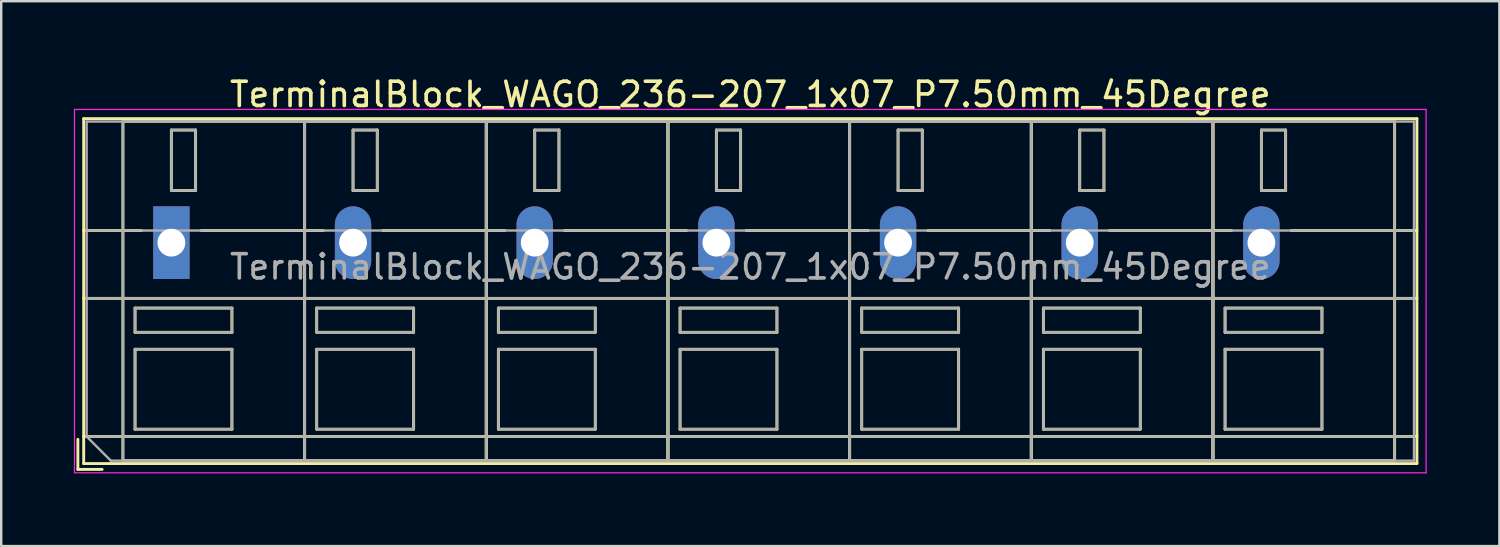
<source format=kicad_pcb>
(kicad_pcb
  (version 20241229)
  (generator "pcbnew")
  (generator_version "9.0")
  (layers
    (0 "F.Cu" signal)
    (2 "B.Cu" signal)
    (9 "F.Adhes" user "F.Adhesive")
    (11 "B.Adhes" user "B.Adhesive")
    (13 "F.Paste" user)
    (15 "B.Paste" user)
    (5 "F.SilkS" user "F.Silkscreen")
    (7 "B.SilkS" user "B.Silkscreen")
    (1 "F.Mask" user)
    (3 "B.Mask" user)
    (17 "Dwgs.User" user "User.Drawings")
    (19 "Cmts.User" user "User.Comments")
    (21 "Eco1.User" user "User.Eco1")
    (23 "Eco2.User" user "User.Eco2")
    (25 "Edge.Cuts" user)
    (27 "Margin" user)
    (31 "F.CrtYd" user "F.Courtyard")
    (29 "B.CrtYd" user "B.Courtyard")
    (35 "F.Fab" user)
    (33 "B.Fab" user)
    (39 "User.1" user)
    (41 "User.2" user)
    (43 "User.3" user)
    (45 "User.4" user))
  (footprint "TerminalBlock_WAGO_236-207_1x07_P7.50mm_45Degree"
    (layer "F.Cu")
    (at 4.025 6.968)
    (property "Reference" "TerminalBlock_WAGO_236-207_1x07_P7.50mm_45Degree" (at 23.9 -6.12 0) (layer "F.SilkS") (effects (font (size 1 1) (thickness 0.15))))
    (attr through_hole)
    (fp_line (start -3.86 8.12) (end -3.86 9.36) (stroke (width 0.12) (type solid)) (layer "F.SilkS"))
    (fp_line (start -3.86 9.36) (end -2.86 9.36) (stroke (width 0.12) (type solid)) (layer "F.SilkS"))
    (fp_line (start -3.62 -5.12) (end -3.62 9.12) (stroke (width 0.12) (type solid)) (layer "F.SilkS"))
    (fp_line (start -3.62 -5.12) (end 51.42 -5.12) (stroke (width 0.12) (type solid)) (layer "F.SilkS"))
    (fp_line (start -3.62 -0.5) (end -1.23 -0.5) (stroke (width 0.12) (type solid)) (layer "F.SilkS"))
    (fp_line (start -3.62 2.3) (end 51.42 2.3) (stroke (width 0.12) (type solid)) (layer "F.SilkS"))
    (fp_line (start -3.62 8) (end 51.42 8) (stroke (width 0.12) (type solid)) (layer "F.SilkS"))
    (fp_line (start -3.62 9.12) (end 51.42 9.12) (stroke (width 0.12) (type solid)) (layer "F.SilkS"))
    (fp_line (start -2 -5) (end -2 9) (stroke (width 0.12) (type solid)) (layer "F.SilkS"))
    (fp_line (start -2 -5) (end 5.5 -5) (stroke (width 0.12) (type solid)) (layer "F.SilkS"))
    (fp_line (start -2 9) (end 5.5 9) (stroke (width 0.12) (type solid)) (layer "F.SilkS"))
    (fp_line (start -1.5 2.7) (end -1.5 3.7) (stroke (width 0.12) (type solid)) (layer "F.SilkS"))
    (fp_line (start -1.5 2.7) (end 2.5 2.7) (stroke (width 0.12) (type solid)) (layer "F.SilkS"))
    (fp_line (start -1.5 3.7) (end 2.5 3.7) (stroke (width 0.12) (type solid)) (layer "F.SilkS"))
    (fp_line (start -1.5 4.4) (end -1.5 7.7) (stroke (width 0.12) (type solid)) (layer "F.SilkS"))
    (fp_line (start -1.5 4.4) (end 2.5 4.4) (stroke (width 0.12) (type solid)) (layer "F.SilkS"))
    (fp_line (start -1.5 7.7) (end 2.5 7.7) (stroke (width 0.12) (type solid)) (layer "F.SilkS"))
    (fp_line (start 0 -4.65) (end 0 -2.151) (stroke (width 0.12) (type solid)) (layer "F.SilkS"))
    (fp_line (start 0 -4.65) (end 1 -4.65) (stroke (width 0.12) (type solid)) (layer "F.SilkS"))
    (fp_line (start 0 -2.151) (end 1 -2.151) (stroke (width 0.12) (type solid)) (layer "F.SilkS"))
    (fp_line (start 1 -4.65) (end 1 -2.151) (stroke (width 0.12) (type solid)) (layer "F.SilkS"))
    (fp_line (start 1.23 -0.5) (end 6.27 -0.5) (stroke (width 0.12) (type solid)) (layer "F.SilkS"))
    (fp_line (start 2.5 2.7) (end 2.5 3.7) (stroke (width 0.12) (type solid)) (layer "F.SilkS"))
    (fp_line (start 2.5 4.4) (end 2.5 7.7) (stroke (width 0.12) (type solid)) (layer "F.SilkS"))
    (fp_line (start 5.5 -5) (end 5.5 9) (stroke (width 0.12) (type solid)) (layer "F.SilkS"))
    (fp_line (start 5.5 -5) (end 5.5 9) (stroke (width 0.12) (type solid)) (layer "F.SilkS"))
    (fp_line (start 5.5 -5) (end 13 -5) (stroke (width 0.12) (type solid)) (layer "F.SilkS"))
    (fp_line (start 5.5 9) (end 13 9) (stroke (width 0.12) (type solid)) (layer "F.SilkS"))
    (fp_line (start 6 2.7) (end 6 3.7) (stroke (width 0.12) (type solid)) (layer "F.SilkS"))
    (fp_line (start 6 2.7) (end 10 2.7) (stroke (width 0.12) (type solid)) (layer "F.SilkS"))
    (fp_line (start 6 3.7) (end 10 3.7) (stroke (width 0.12) (type solid)) (layer "F.SilkS"))
    (fp_line (start 6 4.4) (end 6 7.7) (stroke (width 0.12) (type solid)) (layer "F.SilkS"))
    (fp_line (start 6 4.4) (end 10 4.4) (stroke (width 0.12) (type solid)) (layer "F.SilkS"))
    (fp_line (start 6 7.7) (end 10 7.7) (stroke (width 0.12) (type solid)) (layer "F.SilkS"))
    (fp_line (start 7.5 -4.65) (end 7.5 -2.151) (stroke (width 0.12) (type solid)) (layer "F.SilkS"))
    (fp_line (start 7.5 -4.65) (end 8.5 -4.65) (stroke (width 0.12) (type solid)) (layer "F.SilkS"))
    (fp_line (start 7.5 -2.151) (end 8.5 -2.151) (stroke (width 0.12) (type solid)) (layer "F.SilkS"))
    (fp_line (start 8.5 -4.65) (end 8.5 -2.151) (stroke (width 0.12) (type solid)) (layer "F.SilkS"))
    (fp_line (start 8.73 -0.5) (end 13.77 -0.5) (stroke (width 0.12) (type solid)) (layer "F.SilkS"))
    (fp_line (start 10 2.7) (end 10 3.7) (stroke (width 0.12) (type solid)) (layer "F.SilkS"))
    (fp_line (start 10 4.4) (end 10 7.7) (stroke (width 0.12) (type solid)) (layer "F.SilkS"))
    (fp_line (start 13 -5) (end 13 9) (stroke (width 0.12) (type solid)) (layer "F.SilkS"))
    (fp_line (start 13 -5) (end 13 9) (stroke (width 0.12) (type solid)) (layer "F.SilkS"))
    (fp_line (start 13 -5) (end 20.5 -5) (stroke (width 0.12) (type solid)) (layer "F.SilkS"))
    (fp_line (start 13 9) (end 20.5 9) (stroke (width 0.12) (type solid)) (layer "F.SilkS"))
    (fp_line (start 13.5 2.7) (end 13.5 3.7) (stroke (width 0.12) (type solid)) (layer "F.SilkS"))
    (fp_line (start 13.5 2.7) (end 17.5 2.7) (stroke (width 0.12) (type solid)) (layer "F.SilkS"))
    (fp_line (start 13.5 3.7) (end 17.5 3.7) (stroke (width 0.12) (type solid)) (layer "F.SilkS"))
    (fp_line (start 13.5 4.4) (end 13.5 7.7) (stroke (width 0.12) (type solid)) (layer "F.SilkS"))
    (fp_line (start 13.5 4.4) (end 17.5 4.4) (stroke (width 0.12) (type solid)) (layer "F.SilkS"))
    (fp_line (start 13.5 7.7) (end 17.5 7.7) (stroke (width 0.12) (type solid)) (layer "F.SilkS"))
    (fp_line (start 15 -4.65) (end 15 -2.151) (stroke (width 0.12) (type solid)) (layer "F.SilkS"))
    (fp_line (start 15 -4.65) (end 16 -4.65) (stroke (width 0.12) (type solid)) (layer "F.SilkS"))
    (fp_line (start 15 -2.151) (end 16 -2.151) (stroke (width 0.12) (type solid)) (layer "F.SilkS"))
    (fp_line (start 16 -4.65) (end 16 -2.151) (stroke (width 0.12) (type solid)) (layer "F.SilkS"))
    (fp_line (start 16.23 -0.5) (end 21.27 -0.5) (stroke (width 0.12) (type solid)) (layer "F.SilkS"))
    (fp_line (start 17.5 2.7) (end 17.5 3.7) (stroke (width 0.12) (type solid)) (layer "F.SilkS"))
    (fp_line (start 17.5 4.4) (end 17.5 7.7) (stroke (width 0.12) (type solid)) (layer "F.SilkS"))
    (fp_line (start 20.5 -5) (end 20.5 9) (stroke (width 0.12) (type solid)) (layer "F.SilkS"))
    (fp_line (start 20.5 -5) (end 20.5 9) (stroke (width 0.12) (type solid)) (layer "F.SilkS"))
    (fp_line (start 20.5 -5) (end 28 -5) (stroke (width 0.12) (type solid)) (layer "F.SilkS"))
    (fp_line (start 20.5 9) (end 28 9) (stroke (width 0.12) (type solid)) (layer "F.SilkS"))
    (fp_line (start 21 2.7) (end 21 3.7) (stroke (width 0.12) (type solid)) (layer "F.SilkS"))
    (fp_line (start 21 2.7) (end 25 2.7) (stroke (width 0.12) (type solid)) (layer "F.SilkS"))
    (fp_line (start 21 3.7) (end 25 3.7) (stroke (width 0.12) (type solid)) (layer "F.SilkS"))
    (fp_line (start 21 4.4) (end 21 7.7) (stroke (width 0.12) (type solid)) (layer "F.SilkS"))
    (fp_line (start 21 4.4) (end 25 4.4) (stroke (width 0.12) (type solid)) (layer "F.SilkS"))
    (fp_line (start 21 7.7) (end 25 7.7) (stroke (width 0.12) (type solid)) (layer "F.SilkS"))
    (fp_line (start 22.5 -4.65) (end 22.5 -2.151) (stroke (width 0.12) (type solid)) (layer "F.SilkS"))
    (fp_line (start 22.5 -4.65) (end 23.5 -4.65) (stroke (width 0.12) (type solid)) (layer "F.SilkS"))
    (fp_line (start 22.5 -2.151) (end 23.5 -2.151) (stroke (width 0.12) (type solid)) (layer "F.SilkS"))
    (fp_line (start 23.5 -4.65) (end 23.5 -2.151) (stroke (width 0.12) (type solid)) (layer "F.SilkS"))
    (fp_line (start 23.73 -0.5) (end 28.77 -0.5) (stroke (width 0.12) (type solid)) (layer "F.SilkS"))
    (fp_line (start 25 2.7) (end 25 3.7) (stroke (width 0.12) (type solid)) (layer "F.SilkS"))
    (fp_line (start 25 4.4) (end 25 7.7) (stroke (width 0.12) (type solid)) (layer "F.SilkS"))
    (fp_line (start 28 -5) (end 28 9) (stroke (width 0.12) (type solid)) (layer "F.SilkS"))
    (fp_line (start 28 -5) (end 28 9) (stroke (width 0.12) (type solid)) (layer "F.SilkS"))
    (fp_line (start 28 -5) (end 35.5 -5) (stroke (width 0.12) (type solid)) (layer "F.SilkS"))
    (fp_line (start 28 9) (end 35.5 9) (stroke (width 0.12) (type solid)) (layer "F.SilkS"))
    (fp_line (start 28.5 2.7) (end 28.5 3.7) (stroke (width 0.12) (type solid)) (layer "F.SilkS"))
    (fp_line (start 28.5 2.7) (end 32.5 2.7) (stroke (width 0.12) (type solid)) (layer "F.SilkS"))
    (fp_line (start 28.5 3.7) (end 32.5 3.7) (stroke (width 0.12) (type solid)) (layer "F.SilkS"))
    (fp_line (start 28.5 4.4) (end 28.5 7.7) (stroke (width 0.12) (type solid)) (layer "F.SilkS"))
    (fp_line (start 28.5 4.4) (end 32.5 4.4) (stroke (width 0.12) (type solid)) (layer "F.SilkS"))
    (fp_line (start 28.5 7.7) (end 32.5 7.7) (stroke (width 0.12) (type solid)) (layer "F.SilkS"))
    (fp_line (start 30 -4.65) (end 30 -2.151) (stroke (width 0.12) (type solid)) (layer "F.SilkS"))
    (fp_line (start 30 -4.65) (end 31 -4.65) (stroke (width 0.12) (type solid)) (layer "F.SilkS"))
    (fp_line (start 30 -2.151) (end 31 -2.151) (stroke (width 0.12) (type solid)) (layer "F.SilkS"))
    (fp_line (start 31 -4.65) (end 31 -2.151) (stroke (width 0.12) (type solid)) (layer "F.SilkS"))
    (fp_line (start 31.23 -0.5) (end 36.27 -0.5) (stroke (width 0.12) (type solid)) (layer "F.SilkS"))
    (fp_line (start 32.5 2.7) (end 32.5 3.7) (stroke (width 0.12) (type solid)) (layer "F.SilkS"))
    (fp_line (start 32.5 4.4) (end 32.5 7.7) (stroke (width 0.12) (type solid)) (layer "F.SilkS"))
    (fp_line (start 35.5 -5) (end 35.5 9) (stroke (width 0.12) (type solid)) (layer "F.SilkS"))
    (fp_line (start 35.5 -5) (end 35.5 9) (stroke (width 0.12) (type solid)) (layer "F.SilkS"))
    (fp_line (start 35.5 -5) (end 43 -5) (stroke (width 0.12) (type solid)) (layer "F.SilkS"))
    (fp_line (start 35.5 9) (end 43 9) (stroke (width 0.12) (type solid)) (layer "F.SilkS"))
    (fp_line (start 36 2.7) (end 36 3.7) (stroke (width 0.12) (type solid)) (layer "F.SilkS"))
    (fp_line (start 36 2.7) (end 40 2.7) (stroke (width 0.12) (type solid)) (layer "F.SilkS"))
    (fp_line (start 36 3.7) (end 40 3.7) (stroke (width 0.12) (type solid)) (layer "F.SilkS"))
    (fp_line (start 36 4.4) (end 36 7.7) (stroke (width 0.12) (type solid)) (layer "F.SilkS"))
    (fp_line (start 36 4.4) (end 40 4.4) (stroke (width 0.12) (type solid)) (layer "F.SilkS"))
    (fp_line (start 36 7.7) (end 40 7.7) (stroke (width 0.12) (type solid)) (layer "F.SilkS"))
    (fp_line (start 37.5 -4.65) (end 37.5 -2.151) (stroke (width 0.12) (type solid)) (layer "F.SilkS"))
    (fp_line (start 37.5 -4.65) (end 38.5 -4.65) (stroke (width 0.12) (type solid)) (layer "F.SilkS"))
    (fp_line (start 37.5 -2.151) (end 38.5 -2.151) (stroke (width 0.12) (type solid)) (layer "F.SilkS"))
    (fp_line (start 38.5 -4.65) (end 38.5 -2.151) (stroke (width 0.12) (type solid)) (layer "F.SilkS"))
    (fp_line (start 38.73 -0.5) (end 43.77 -0.5) (stroke (width 0.12) (type solid)) (layer "F.SilkS"))
    (fp_line (start 40 2.7) (end 40 3.7) (stroke (width 0.12) (type solid)) (layer "F.SilkS"))
    (fp_line (start 40 4.4) (end 40 7.7) (stroke (width 0.12) (type solid)) (layer "F.SilkS"))
    (fp_line (start 43 -5) (end 43 9) (stroke (width 0.12) (type solid)) (layer "F.SilkS"))
    (fp_line (start 43 -5) (end 43 9) (stroke (width 0.12) (type solid)) (layer "F.SilkS"))
    (fp_line (start 43 -5) (end 50.5 -5) (stroke (width 0.12) (type solid)) (layer "F.SilkS"))
    (fp_line (start 43 9) (end 50.5 9) (stroke (width 0.12) (type solid)) (layer "F.SilkS"))
    (fp_line (start 43.5 2.7) (end 43.5 3.7) (stroke (width 0.12) (type solid)) (layer "F.SilkS"))
    (fp_line (start 43.5 2.7) (end 47.5 2.7) (stroke (width 0.12) (type solid)) (layer "F.SilkS"))
    (fp_line (start 43.5 3.7) (end 47.5 3.7) (stroke (width 0.12) (type solid)) (layer "F.SilkS"))
    (fp_line (start 43.5 4.4) (end 43.5 7.7) (stroke (width 0.12) (type solid)) (layer "F.SilkS"))
    (fp_line (start 43.5 4.4) (end 47.5 4.4) (stroke (width 0.12) (type solid)) (layer "F.SilkS"))
    (fp_line (start 43.5 7.7) (end 47.5 7.7) (stroke (width 0.12) (type solid)) (layer "F.SilkS"))
    (fp_line (start 45 -4.65) (end 45 -2.151) (stroke (width 0.12) (type solid)) (layer "F.SilkS"))
    (fp_line (start 45 -4.65) (end 46 -4.65) (stroke (width 0.12) (type solid)) (layer "F.SilkS"))
    (fp_line (start 45 -2.151) (end 46 -2.151) (stroke (width 0.12) (type solid)) (layer "F.SilkS"))
    (fp_line (start 46 -4.65) (end 46 -2.151) (stroke (width 0.12) (type solid)) (layer "F.SilkS"))
    (fp_line (start 46.23 -0.5) (end 51.42 -0.5) (stroke (width 0.12) (type solid)) (layer "F.SilkS"))
    (fp_line (start 47.5 2.7) (end 47.5 3.7) (stroke (width 0.12) (type solid)) (layer "F.SilkS"))
    (fp_line (start 47.5 4.4) (end 47.5 7.7) (stroke (width 0.12) (type solid)) (layer "F.SilkS"))
    (fp_line (start 50.5 -5) (end 50.5 9) (stroke (width 0.12) (type solid)) (layer "F.SilkS"))
    (fp_line (start 51.42 -5.12) (end 51.42 9.12) (stroke (width 0.12) (type solid)) (layer "F.SilkS"))
    (fp_line (start -4 -5.5) (end -4 9.5) (stroke (width 0.05) (type solid)) (layer "F.CrtYd"))
    (fp_line (start -4 9.5) (end 51.8 9.5) (stroke (width 0.05) (type solid)) (layer "F.CrtYd"))
    (fp_line (start 51.8 -5.5) (end -4 -5.5) (stroke (width 0.05) (type solid)) (layer "F.CrtYd"))
    (fp_line (start 51.8 9.5) (end 51.8 -5.5) (stroke (width 0.05) (type solid)) (layer "F.CrtYd"))
    (fp_line (start -3.5 -5) (end 51.3 -5) (stroke (width 0.1) (type solid)) (layer "F.Fab"))
    (fp_line (start -3.5 -0.5) (end 51.3 -0.5) (stroke (width 0.1) (type solid)) (layer "F.Fab"))
    (fp_line (start -3.5 2.3) (end 51.3 2.3) (stroke (width 0.1) (type solid)) (layer "F.Fab"))
    (fp_line (start -3.5 8) (end -3.5 -5) (stroke (width 0.1) (type solid)) (layer "F.Fab"))
    (fp_line (start -3.5 8) (end 51.3 8) (stroke (width 0.1) (type solid)) (layer "F.Fab"))
    (fp_line (start -2.5 9) (end -3.5 8) (stroke (width 0.1) (type solid)) (layer "F.Fab"))
    (fp_line (start -2 -5) (end -2 9) (stroke (width 0.1) (type solid)) (layer "F.Fab"))
    (fp_line (start -2 9) (end 5.5 9) (stroke (width 0.1) (type solid)) (layer "F.Fab"))
    (fp_line (start -1.5 2.7) (end -1.5 3.7) (stroke (width 0.1) (type solid)) (layer "F.Fab"))
    (fp_line (start -1.5 3.7) (end 2.5 3.7) (stroke (width 0.1) (type solid)) (layer "F.Fab"))
    (fp_line (start -1.5 4.4) (end -1.5 7.7) (stroke (width 0.1) (type solid)) (layer "F.Fab"))
    (fp_line (start -1.5 7.7) (end 2.5 7.7) (stroke (width 0.1) (type solid)) (layer "F.Fab"))
    (fp_line (start 0 -4.65) (end 0 -2.15) (stroke (width 0.1) (type solid)) (layer "F.Fab"))
    (fp_line (start 0 -2.15) (end 1 -2.15) (stroke (width 0.1) (type solid)) (layer "F.Fab"))
    (fp_line (start 1 -4.65) (end 0 -4.65) (stroke (width 0.1) (type solid)) (layer "F.Fab"))
    (fp_line (start 1 -2.15) (end 1 -4.65) (stroke (width 0.1) (type solid)) (layer "F.Fab"))
    (fp_line (start 2.5 2.7) (end -1.5 2.7) (stroke (width 0.1) (type solid)) (layer "F.Fab"))
    (fp_line (start 2.5 3.7) (end 2.5 2.7) (stroke (width 0.1) (type solid)) (layer "F.Fab"))
    (fp_line (start 2.5 4.4) (end -1.5 4.4) (stroke (width 0.1) (type solid)) (layer "F.Fab"))
    (fp_line (start 2.5 7.7) (end 2.5 4.4) (stroke (width 0.1) (type solid)) (layer "F.Fab"))
    (fp_line (start 5.5 -5) (end -2 -5) (stroke (width 0.1) (type solid)) (layer "F.Fab"))
    (fp_line (start 5.5 -5) (end 5.5 9) (stroke (width 0.1) (type solid)) (layer "F.Fab"))
    (fp_line (start 5.5 9) (end 5.5 -5) (stroke (width 0.1) (type solid)) (layer "F.Fab"))
    (fp_line (start 5.5 9) (end 13 9) (stroke (width 0.1) (type solid)) (layer "F.Fab"))
    (fp_line (start 6 2.7) (end 6 3.7) (stroke (width 0.1) (type solid)) (layer "F.Fab"))
    (fp_line (start 6 3.7) (end 10 3.7) (stroke (width 0.1) (type solid)) (layer "F.Fab"))
    (fp_line (start 6 4.4) (end 6 7.7) (stroke (width 0.1) (type solid)) (layer "F.Fab"))
    (fp_line (start 6 7.7) (end 10 7.7) (stroke (width 0.1) (type solid)) (layer "F.Fab"))
    (fp_line (start 7.5 -4.65) (end 7.5 -2.15) (stroke (width 0.1) (type solid)) (layer "F.Fab"))
    (fp_line (start 7.5 -2.15) (end 8.5 -2.15) (stroke (width 0.1) (type solid)) (layer "F.Fab"))
    (fp_line (start 8.5 -4.65) (end 7.5 -4.65) (stroke (width 0.1) (type solid)) (layer "F.Fab"))
    (fp_line (start 8.5 -2.15) (end 8.5 -4.65) (stroke (width 0.1) (type solid)) (layer "F.Fab"))
    (fp_line (start 10 2.7) (end 6 2.7) (stroke (width 0.1) (type solid)) (layer "F.Fab"))
    (fp_line (start 10 3.7) (end 10 2.7) (stroke (width 0.1) (type solid)) (layer "F.Fab"))
    (fp_line (start 10 4.4) (end 6 4.4) (stroke (width 0.1) (type solid)) (layer "F.Fab"))
    (fp_line (start 10 7.7) (end 10 4.4) (stroke (width 0.1) (type solid)) (layer "F.Fab"))
    (fp_line (start 13 -5) (end 5.5 -5) (stroke (width 0.1) (type solid)) (layer "F.Fab"))
    (fp_line (start 13 -5) (end 13 9) (stroke (width 0.1) (type solid)) (layer "F.Fab"))
    (fp_line (start 13 9) (end 13 -5) (stroke (width 0.1) (type solid)) (layer "F.Fab"))
    (fp_line (start 13 9) (end 20.5 9) (stroke (width 0.1) (type solid)) (layer "F.Fab"))
    (fp_line (start 13.5 2.7) (end 13.5 3.7) (stroke (width 0.1) (type solid)) (layer "F.Fab"))
    (fp_line (start 13.5 3.7) (end 17.5 3.7) (stroke (width 0.1) (type solid)) (layer "F.Fab"))
    (fp_line (start 13.5 4.4) (end 13.5 7.7) (stroke (width 0.1) (type solid)) (layer "F.Fab"))
    (fp_line (start 13.5 7.7) (end 17.5 7.7) (stroke (width 0.1) (type solid)) (layer "F.Fab"))
    (fp_line (start 15 -4.65) (end 15 -2.15) (stroke (width 0.1) (type solid)) (layer "F.Fab"))
    (fp_line (start 15 -2.15) (end 16 -2.15) (stroke (width 0.1) (type solid)) (layer "F.Fab"))
    (fp_line (start 16 -4.65) (end 15 -4.65) (stroke (width 0.1) (type solid)) (layer "F.Fab"))
    (fp_line (start 16 -2.15) (end 16 -4.65) (stroke (width 0.1) (type solid)) (layer "F.Fab"))
    (fp_line (start 17.5 2.7) (end 13.5 2.7) (stroke (width 0.1) (type solid)) (layer "F.Fab"))
    (fp_line (start 17.5 3.7) (end 17.5 2.7) (stroke (width 0.1) (type solid)) (layer "F.Fab"))
    (fp_line (start 17.5 4.4) (end 13.5 4.4) (stroke (width 0.1) (type solid)) (layer "F.Fab"))
    (fp_line (start 17.5 7.7) (end 17.5 4.4) (stroke (width 0.1) (type solid)) (layer "F.Fab"))
    (fp_line (start 20.5 -5) (end 13 -5) (stroke (width 0.1) (type solid)) (layer "F.Fab"))
    (fp_line (start 20.5 -5) (end 20.5 9) (stroke (width 0.1) (type solid)) (layer "F.Fab"))
    (fp_line (start 20.5 9) (end 20.5 -5) (stroke (width 0.1) (type solid)) (layer "F.Fab"))
    (fp_line (start 20.5 9) (end 28 9) (stroke (width 0.1) (type solid)) (layer "F.Fab"))
    (fp_line (start 21 2.7) (end 21 3.7) (stroke (width 0.1) (type solid)) (layer "F.Fab"))
    (fp_line (start 21 3.7) (end 25 3.7) (stroke (width 0.1) (type solid)) (layer "F.Fab"))
    (fp_line (start 21 4.4) (end 21 7.7) (stroke (width 0.1) (type solid)) (layer "F.Fab"))
    (fp_line (start 21 7.7) (end 25 7.7) (stroke (width 0.1) (type solid)) (layer "F.Fab"))
    (fp_line (start 22.5 -4.65) (end 22.5 -2.15) (stroke (width 0.1) (type solid)) (layer "F.Fab"))
    (fp_line (start 22.5 -2.15) (end 23.5 -2.15) (stroke (width 0.1) (type solid)) (layer "F.Fab"))
    (fp_line (start 23.5 -4.65) (end 22.5 -4.65) (stroke (width 0.1) (type solid)) (layer "F.Fab"))
    (fp_line (start 23.5 -2.15) (end 23.5 -4.65) (stroke (width 0.1) (type solid)) (layer "F.Fab"))
    (fp_line (start 25 2.7) (end 21 2.7) (stroke (width 0.1) (type solid)) (layer "F.Fab"))
    (fp_line (start 25 3.7) (end 25 2.7) (stroke (width 0.1) (type solid)) (layer "F.Fab"))
    (fp_line (start 25 4.4) (end 21 4.4) (stroke (width 0.1) (type solid)) (layer "F.Fab"))
    (fp_line (start 25 7.7) (end 25 4.4) (stroke (width 0.1) (type solid)) (layer "F.Fab"))
    (fp_line (start 28 -5) (end 20.5 -5) (stroke (width 0.1) (type solid)) (layer "F.Fab"))
    (fp_line (start 28 -5) (end 28 9) (stroke (width 0.1) (type solid)) (layer "F.Fab"))
    (fp_line (start 28 9) (end 28 -5) (stroke (width 0.1) (type solid)) (layer "F.Fab"))
    (fp_line (start 28 9) (end 35.5 9) (stroke (width 0.1) (type solid)) (layer "F.Fab"))
    (fp_line (start 28.5 2.7) (end 28.5 3.7) (stroke (width 0.1) (type solid)) (layer "F.Fab"))
    (fp_line (start 28.5 3.7) (end 32.5 3.7) (stroke (width 0.1) (type solid)) (layer "F.Fab"))
    (fp_line (start 28.5 4.4) (end 28.5 7.7) (stroke (width 0.1) (type solid)) (layer "F.Fab"))
    (fp_line (start 28.5 7.7) (end 32.5 7.7) (stroke (width 0.1) (type solid)) (layer "F.Fab"))
    (fp_line (start 30 -4.65) (end 30 -2.15) (stroke (width 0.1) (type solid)) (layer "F.Fab"))
    (fp_line (start 30 -2.15) (end 31 -2.15) (stroke (width 0.1) (type solid)) (layer "F.Fab"))
    (fp_line (start 31 -4.65) (end 30 -4.65) (stroke (width 0.1) (type solid)) (layer "F.Fab"))
    (fp_line (start 31 -2.15) (end 31 -4.65) (stroke (width 0.1) (type solid)) (layer "F.Fab"))
    (fp_line (start 32.5 2.7) (end 28.5 2.7) (stroke (width 0.1) (type solid)) (layer "F.Fab"))
    (fp_line (start 32.5 3.7) (end 32.5 2.7) (stroke (width 0.1) (type solid)) (layer "F.Fab"))
    (fp_line (start 32.5 4.4) (end 28.5 4.4) (stroke (width 0.1) (type solid)) (layer "F.Fab"))
    (fp_line (start 32.5 7.7) (end 32.5 4.4) (stroke (width 0.1) (type solid)) (layer "F.Fab"))
    (fp_line (start 35.5 -5) (end 28 -5) (stroke (width 0.1) (type solid)) (layer "F.Fab"))
    (fp_line (start 35.5 -5) (end 35.5 9) (stroke (width 0.1) (type solid)) (layer "F.Fab"))
    (fp_line (start 35.5 9) (end 35.5 -5) (stroke (width 0.1) (type solid)) (layer "F.Fab"))
    (fp_line (start 35.5 9) (end 43 9) (stroke (width 0.1) (type solid)) (layer "F.Fab"))
    (fp_line (start 36 2.7) (end 36 3.7) (stroke (width 0.1) (type solid)) (layer "F.Fab"))
    (fp_line (start 36 3.7) (end 40 3.7) (stroke (width 0.1) (type solid)) (layer "F.Fab"))
    (fp_line (start 36 4.4) (end 36 7.7) (stroke (width 0.1) (type solid)) (layer "F.Fab"))
    (fp_line (start 36 7.7) (end 40 7.7) (stroke (width 0.1) (type solid)) (layer "F.Fab"))
    (fp_line (start 37.5 -4.65) (end 37.5 -2.15) (stroke (width 0.1) (type solid)) (layer "F.Fab"))
    (fp_line (start 37.5 -2.15) (end 38.5 -2.15) (stroke (width 0.1) (type solid)) (layer "F.Fab"))
    (fp_line (start 38.5 -4.65) (end 37.5 -4.65) (stroke (width 0.1) (type solid)) (layer "F.Fab"))
    (fp_line (start 38.5 -2.15) (end 38.5 -4.65) (stroke (width 0.1) (type solid)) (layer "F.Fab"))
    (fp_line (start 40 2.7) (end 36 2.7) (stroke (width 0.1) (type solid)) (layer "F.Fab"))
    (fp_line (start 40 3.7) (end 40 2.7) (stroke (width 0.1) (type solid)) (layer "F.Fab"))
    (fp_line (start 40 4.4) (end 36 4.4) (stroke (width 0.1) (type solid)) (layer "F.Fab"))
    (fp_line (start 40 7.7) (end 40 4.4) (stroke (width 0.1) (type solid)) (layer "F.Fab"))
    (fp_line (start 43 -5) (end 35.5 -5) (stroke (width 0.1) (type solid)) (layer "F.Fab"))
    (fp_line (start 43 -5) (end 43 9) (stroke (width 0.1) (type solid)) (layer "F.Fab"))
    (fp_line (start 43 9) (end 43 -5) (stroke (width 0.1) (type solid)) (layer "F.Fab"))
    (fp_line (start 43 9) (end 50.5 9) (stroke (width 0.1) (type solid)) (layer "F.Fab"))
    (fp_line (start 43.5 2.7) (end 43.5 3.7) (stroke (width 0.1) (type solid)) (layer "F.Fab"))
    (fp_line (start 43.5 3.7) (end 47.5 3.7) (stroke (width 0.1) (type solid)) (layer "F.Fab"))
    (fp_line (start 43.5 4.4) (end 43.5 7.7) (stroke (width 0.1) (type solid)) (layer "F.Fab"))
    (fp_line (start 43.5 7.7) (end 47.5 7.7) (stroke (width 0.1) (type solid)) (layer "F.Fab"))
    (fp_line (start 45 -4.65) (end 45 -2.15) (stroke (width 0.1) (type solid)) (layer "F.Fab"))
    (fp_line (start 45 -2.15) (end 46 -2.15) (stroke (width 0.1) (type solid)) (layer "F.Fab"))
    (fp_line (start 46 -4.65) (end 45 -4.65) (stroke (width 0.1) (type solid)) (layer "F.Fab"))
    (fp_line (start 46 -2.15) (end 46 -4.65) (stroke (width 0.1) (type solid)) (layer "F.Fab"))
    (fp_line (start 47.5 2.7) (end 43.5 2.7) (stroke (width 0.1) (type solid)) (layer "F.Fab"))
    (fp_line (start 47.5 3.7) (end 47.5 2.7) (stroke (width 0.1) (type solid)) (layer "F.Fab"))
    (fp_line (start 47.5 4.4) (end 43.5 4.4) (stroke (width 0.1) (type solid)) (layer "F.Fab"))
    (fp_line (start 47.5 7.7) (end 47.5 4.4) (stroke (width 0.1) (type solid)) (layer "F.Fab"))
    (fp_line (start 50.5 -5) (end 43 -5) (stroke (width 0.1) (type solid)) (layer "F.Fab"))
    (fp_line (start 50.5 9) (end 50.5 -5) (stroke (width 0.1) (type solid)) (layer "F.Fab"))
    (fp_line (start 51.3 -5) (end 51.3 9) (stroke (width 0.1) (type solid)) (layer "F.Fab"))
    (fp_line (start 51.3 9) (end -2.5 9) (stroke (width 0.1) (type solid)) (layer "F.Fab"))
    (fp_text user "${REFERENCE}" (at 23.9 1 0) (layer "F.Fab") (effects (font (size 1 1) (thickness 0.15))))
    (pad "1" thru_hole rect (at 0 0) (size 1.5 3) (drill 1.15) (layers "*.Cu" "*.Mask"))
    (pad "2" thru_hole oval (at 7.5 0) (size 1.5 3) (drill 1.15) (layers "*.Cu" "*.Mask"))
    (pad "3" thru_hole oval (at 15 0) (size 1.5 3) (drill 1.15) (layers "*.Cu" "*.Mask"))
    (pad "4" thru_hole oval (at 22.5 0) (size 1.5 3) (drill 1.15) (layers "*.Cu" "*.Mask"))
    (pad "5" thru_hole oval (at 30 0) (size 1.5 3) (drill 1.15) (layers "*.Cu" "*.Mask"))
    (pad "6" thru_hole oval (at 37.5 0) (size 1.5 3) (drill 1.15) (layers "*.Cu" "*.Mask"))
    (pad "7" thru_hole oval (at 45 0) (size 1.5 3) (drill 1.15) (layers "*.Cu" "*.Mask")))
  (gr_rect
    (start -3 -3)
    (end 58.85 19.493)
    (stroke (width 0.1) (type default))
    (fill no)
    (layer "Edge.Cuts")))
</source>
